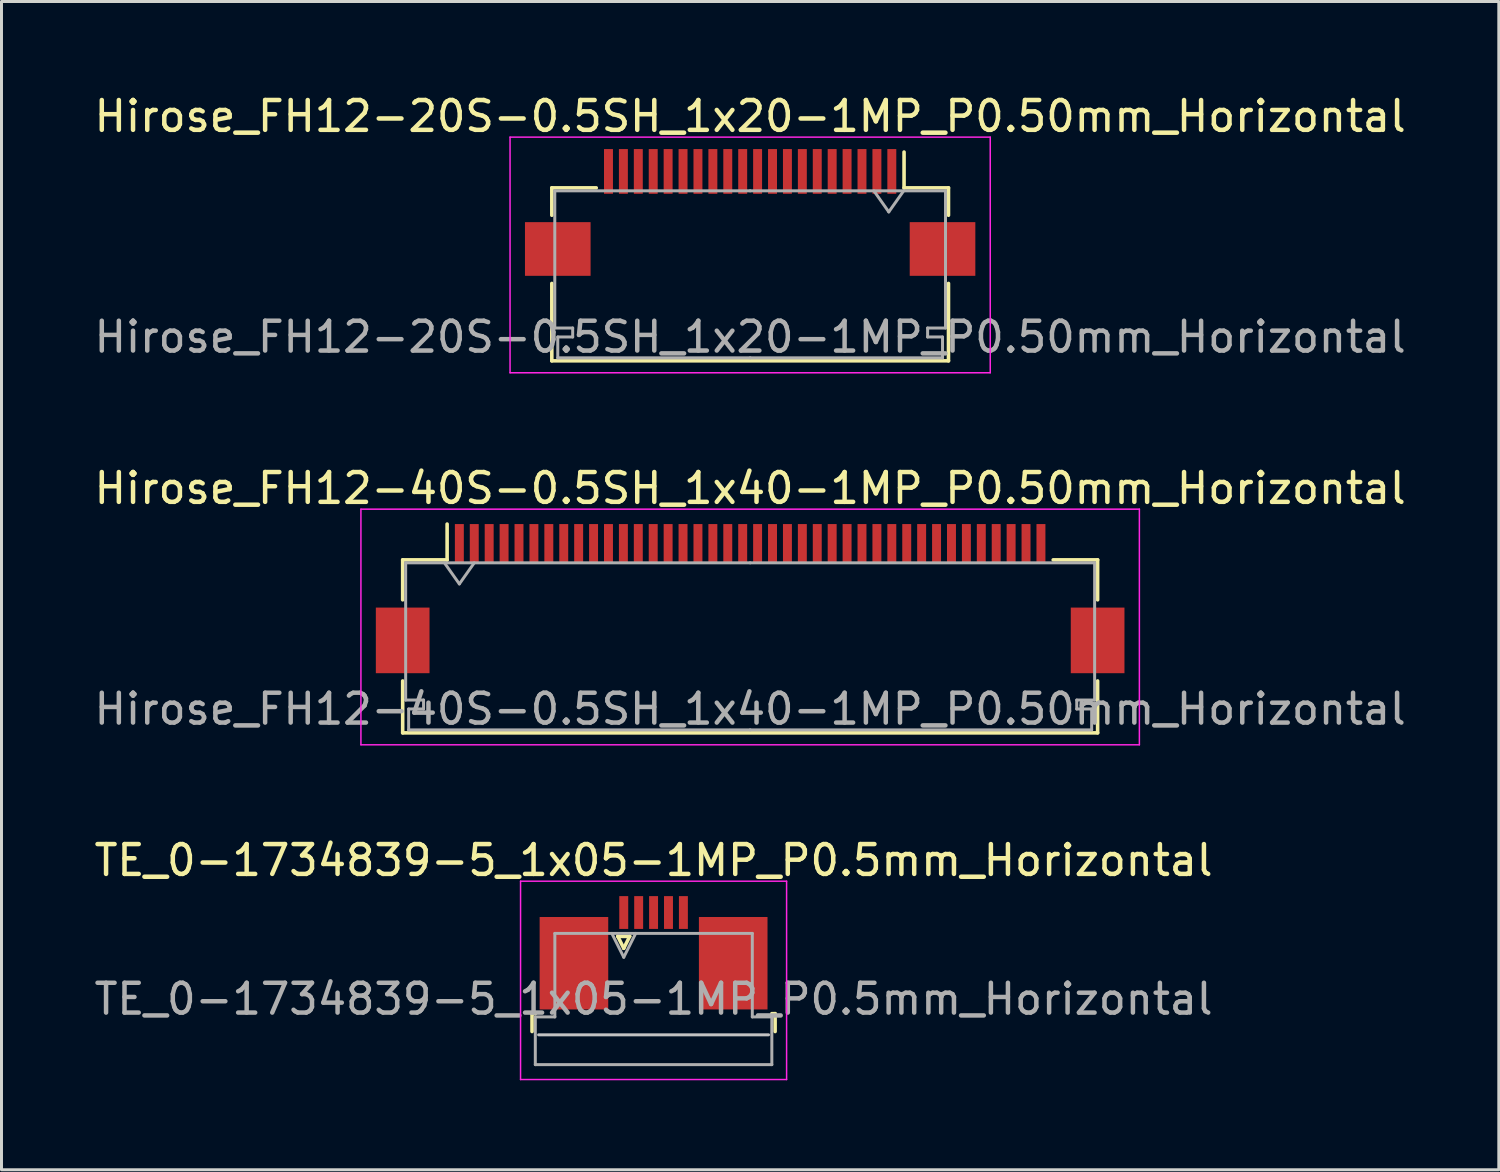
<source format=kicad_pcb>
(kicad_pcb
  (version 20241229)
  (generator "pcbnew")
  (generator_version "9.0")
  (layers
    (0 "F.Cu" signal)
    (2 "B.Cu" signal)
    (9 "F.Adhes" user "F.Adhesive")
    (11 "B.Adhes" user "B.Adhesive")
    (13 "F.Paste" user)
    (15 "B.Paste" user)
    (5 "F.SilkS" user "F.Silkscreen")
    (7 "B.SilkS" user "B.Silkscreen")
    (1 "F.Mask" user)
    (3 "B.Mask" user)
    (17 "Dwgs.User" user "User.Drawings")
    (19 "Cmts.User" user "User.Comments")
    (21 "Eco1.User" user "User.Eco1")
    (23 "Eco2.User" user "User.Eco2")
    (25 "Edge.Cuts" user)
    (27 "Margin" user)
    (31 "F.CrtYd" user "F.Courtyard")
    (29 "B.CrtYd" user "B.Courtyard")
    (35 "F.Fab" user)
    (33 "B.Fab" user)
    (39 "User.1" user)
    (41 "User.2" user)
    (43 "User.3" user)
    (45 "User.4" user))
  (footprint "Hirose_FH12-20S-0.5SH_1x20-1MP_P0.50mm_Horizontal"
    (layer "F.Cu")
    (at 22.101 4.548)
    (property "Reference" "Hirose_FH12-20S-0.5SH_1x20-1MP_P0.50mm_Horizontal" (at 0 -3.7 0) (layer "F.SilkS") (effects (font (size 1 1) (thickness 0.15))))
    (attr smd)
    (fp_line (start -6.65 -1.3) (end -6.65 -0.381) (stroke (width 0.12) (type solid)) (layer "F.SilkS"))
    (fp_line (start -6.65 1.905) (end -6.65 4.5) (stroke (width 0.12) (type solid)) (layer "F.SilkS"))
    (fp_line (start -6.65 4.5) (end 6.65 4.5) (stroke (width 0.12) (type solid)) (layer "F.SilkS"))
    (fp_line (start -5.16 -1.3) (end -6.65 -1.3) (stroke (width 0.12) (type solid)) (layer "F.SilkS"))
    (fp_line (start 5.16 -1.3) (end 5.16 -2.5) (stroke (width 0.12) (type solid)) (layer "F.SilkS"))
    (fp_line (start 5.16 -1.3) (end 6.65 -1.3) (stroke (width 0.12) (type solid)) (layer "F.SilkS"))
    (fp_line (start 6.65 -1.3) (end 6.65 -0.381) (stroke (width 0.12) (type solid)) (layer "F.SilkS"))
    (fp_line (start 6.65 4.5) (end 6.65 1.905) (stroke (width 0.12) (type solid)) (layer "F.SilkS"))
    (fp_line (start -8.05 -3) (end -8.05 4.9) (stroke (width 0.05) (type solid)) (layer "F.CrtYd"))
    (fp_line (start -8.05 4.9) (end 8.05 4.9) (stroke (width 0.05) (type solid)) (layer "F.CrtYd"))
    (fp_line (start 8.05 -3) (end -8.05 -3) (stroke (width 0.05) (type solid)) (layer "F.CrtYd"))
    (fp_line (start 8.05 4.9) (end 8.05 -3) (stroke (width 0.05) (type solid)) (layer "F.CrtYd"))
    (fp_line (start -6.55 -1.2) (end -6.55 3.4) (stroke (width 0.1) (type solid)) (layer "F.Fab"))
    (fp_line (start -6.55 3.4) (end -5.95 3.4) (stroke (width 0.1) (type solid)) (layer "F.Fab"))
    (fp_line (start -6.45 3.7) (end -6.45 4.4) (stroke (width 0.1) (type solid)) (layer "F.Fab"))
    (fp_line (start -6.45 4.4) (end 0 4.4) (stroke (width 0.1) (type solid)) (layer "F.Fab"))
    (fp_line (start -5.95 3.4) (end -5.95 3.7) (stroke (width 0.1) (type solid)) (layer "F.Fab"))
    (fp_line (start -5.95 3.7) (end -6.45 3.7) (stroke (width 0.1) (type solid)) (layer "F.Fab"))
    (fp_line (start 0 -1.2) (end -6.55 -1.2) (stroke (width 0.1) (type solid)) (layer "F.Fab"))
    (fp_line (start 0 -1.2) (end 6.55 -1.2) (stroke (width 0.1) (type solid)) (layer "F.Fab"))
    (fp_line (start 4.148 -1.2) (end 4.648 -0.493) (stroke (width 0.1) (type solid)) (layer "F.Fab"))
    (fp_line (start 4.648 -0.493) (end 5.148 -1.2) (stroke (width 0.1) (type solid)) (layer "F.Fab"))
    (fp_line (start 5.95 3.4) (end 5.95 3.7) (stroke (width 0.1) (type solid)) (layer "F.Fab"))
    (fp_line (start 5.95 3.7) (end 6.45 3.7) (stroke (width 0.1) (type solid)) (layer "F.Fab"))
    (fp_line (start 6.45 3.7) (end 6.45 4.4) (stroke (width 0.1) (type solid)) (layer "F.Fab"))
    (fp_line (start 6.45 4.4) (end 0 4.4) (stroke (width 0.1) (type solid)) (layer "F.Fab"))
    (fp_line (start 6.55 -1.2) (end 6.55 3.4) (stroke (width 0.1) (type solid)) (layer "F.Fab"))
    (fp_line (start 6.55 3.4) (end 5.95 3.4) (stroke (width 0.1) (type solid)) (layer "F.Fab"))
    (fp_text user "${REFERENCE}" (at 0 3.7 0) (layer "F.Fab") (effects (font (size 1 1) (thickness 0.15))))
    (pad "1" smd rect (at 4.75 -1.85) (size 0.3 1.5) (layers "F.Cu" "F.Mask" "F.Paste"))
    (pad "2" smd rect (at 4.25 -1.85) (size 0.3 1.5) (layers "F.Cu" "F.Mask" "F.Paste"))
    (pad "3" smd rect (at 3.75 -1.85) (size 0.3 1.5) (layers "F.Cu" "F.Mask" "F.Paste"))
    (pad "4" smd rect (at 3.25 -1.85) (size 0.3 1.5) (layers "F.Cu" "F.Mask" "F.Paste"))
    (pad "5" smd rect (at 2.75 -1.85) (size 0.3 1.5) (layers "F.Cu" "F.Mask" "F.Paste"))
    (pad "6" smd rect (at 2.25 -1.85) (size 0.3 1.5) (layers "F.Cu" "F.Mask" "F.Paste"))
    (pad "7" smd rect (at 1.75 -1.85) (size 0.3 1.5) (layers "F.Cu" "F.Mask" "F.Paste"))
    (pad "8" smd rect (at 1.25 -1.85) (size 0.3 1.5) (layers "F.Cu" "F.Mask" "F.Paste"))
    (pad "9" smd rect (at 0.75 -1.85) (size 0.3 1.5) (layers "F.Cu" "F.Mask" "F.Paste"))
    (pad "10" smd rect (at 0.25 -1.85) (size 0.3 1.5) (layers "F.Cu" "F.Mask" "F.Paste"))
    (pad "11" smd rect (at -0.25 -1.85) (size 0.3 1.5) (layers "F.Cu" "F.Mask" "F.Paste"))
    (pad "12" smd rect (at -0.75 -1.85) (size 0.3 1.5) (layers "F.Cu" "F.Mask" "F.Paste"))
    (pad "13" smd rect (at -1.25 -1.85) (size 0.3 1.5) (layers "F.Cu" "F.Mask" "F.Paste"))
    (pad "14" smd rect (at -1.75 -1.85) (size 0.3 1.5) (layers "F.Cu" "F.Mask" "F.Paste"))
    (pad "15" smd rect (at -2.25 -1.85) (size 0.3 1.5) (layers "F.Cu" "F.Mask" "F.Paste"))
    (pad "16" smd rect (at -2.75 -1.85) (size 0.3 1.5) (layers "F.Cu" "F.Mask" "F.Paste"))
    (pad "17" smd rect (at -3.25 -1.85) (size 0.3 1.5) (layers "F.Cu" "F.Mask" "F.Paste"))
    (pad "18" smd rect (at -3.75 -1.85) (size 0.3 1.5) (layers "F.Cu" "F.Mask" "F.Paste"))
    (pad "19" smd rect (at -4.25 -1.85) (size 0.3 1.5) (layers "F.Cu" "F.Mask" "F.Paste"))
    (pad "20" smd rect (at -4.75 -1.85) (size 0.3 1.5) (layers "F.Cu" "F.Mask" "F.Paste"))
    (pad "MP" smd rect (at -6.45 0.75 90) (size 1.8 2.2) (layers "F.Cu" "F.Mask" "F.Paste"))
    (pad "MP" smd rect (at 6.45 0.75 90) (size 1.8 2.2) (layers "F.Cu" "F.Mask" "F.Paste")))
  (footprint "TE_0-1734839-5_1x05-1MP_P0.5mm_Horizontal"
    (layer "F.Cu")
    (at 18.863 28.895)
    (property "Reference" "TE_0-1734839-5_1x05-1MP_P0.5mm_Horizontal" (at 0 -3.1 0) (layer "F.SilkS") (effects (font (size 1 1) (thickness 0.15))))
    (attr smd)
    (fp_line (start -4.075 2.04) (end -4.075 2.64) (stroke (width 0.12) (type solid)) (layer "F.SilkS"))
    (fp_line (start -3.965 2.04) (end -4.075 2.04) (stroke (width 0.12) (type solid)) (layer "F.SilkS"))
    (fp_line (start -1.2 -0.55) (end -1 -0.15) (stroke (width 0.12) (type solid)) (layer "F.SilkS"))
    (fp_line (start -1 -0.15) (end -0.8 -0.55) (stroke (width 0.12) (type solid)) (layer "F.SilkS"))
    (fp_line (start -0.8 -0.55) (end -1.2 -0.55) (stroke (width 0.12) (type solid)) (layer "F.SilkS"))
    (fp_line (start 3.965 2.04) (end 4.075 2.04) (stroke (width 0.12) (type solid)) (layer "F.SilkS"))
    (fp_line (start 4.075 2.04) (end 4.075 2.64) (stroke (width 0.12) (type solid)) (layer "F.SilkS"))
    (fp_line (start 3.855 2.75) (end -3.855 2.75) (stroke (width 0.1) (type solid)) (layer "Dwgs.User"))
    (fp_line (start -4.46 -2.4) (end -4.46 4.25) (stroke (width 0.05) (type solid)) (layer "F.CrtYd"))
    (fp_line (start -4.46 4.25) (end 4.46 4.25) (stroke (width 0.05) (type solid)) (layer "F.CrtYd"))
    (fp_line (start 4.46 -2.4) (end -4.46 -2.4) (stroke (width 0.05) (type solid)) (layer "F.CrtYd"))
    (fp_line (start 4.46 4.25) (end 4.46 -2.4) (stroke (width 0.05) (type solid)) (layer "F.CrtYd"))
    (fp_line (start -3.965 2.15) (end -3.31 2.15) (stroke (width 0.1) (type solid)) (layer "F.Fab"))
    (fp_line (start -3.965 3.75) (end -3.965 2.15) (stroke (width 0.1) (type solid)) (layer "F.Fab"))
    (fp_line (start -3.31 -0.65) (end 3.31 -0.65) (stroke (width 0.1) (type solid)) (layer "F.Fab"))
    (fp_line (start -3.31 2.15) (end -3.31 -0.65) (stroke (width 0.1) (type solid)) (layer "F.Fab"))
    (fp_line (start -1.4 -0.65) (end -1 0.15) (stroke (width 0.1) (type solid)) (layer "F.Fab"))
    (fp_line (start -1 0.15) (end -0.6 -0.65) (stroke (width 0.1) (type solid)) (layer "F.Fab"))
    (fp_line (start 3.31 -0.65) (end 3.31 2.15) (stroke (width 0.1) (type solid)) (layer "F.Fab"))
    (fp_line (start 3.31 2.15) (end 3.965 2.15) (stroke (width 0.1) (type solid)) (layer "F.Fab"))
    (fp_line (start 3.965 2.15) (end 3.965 3.75) (stroke (width 0.1) (type solid)) (layer "F.Fab"))
    (fp_line (start 3.965 3.75) (end -3.965 3.75) (stroke (width 0.1) (type solid)) (layer "F.Fab"))
    (fp_text user "${REFERENCE}" (at 0 1.55 0) (layer "F.Fab") (effects (font (size 1 1) (thickness 0.15))))
    (pad "1" smd rect (at -1 -1.35) (size 0.3 1.1) (layers "F.Cu" "F.Mask" "F.Paste"))
    (pad "2" smd rect (at -0.5 -1.35) (size 0.3 1.1) (layers "F.Cu" "F.Mask" "F.Paste"))
    (pad "3" smd rect (at 0 -1.35) (size 0.3 1.1) (layers "F.Cu" "F.Mask" "F.Paste"))
    (pad "4" smd rect (at 0.5 -1.35) (size 0.3 1.1) (layers "F.Cu" "F.Mask" "F.Paste"))
    (pad "5" smd rect (at 1 -1.35) (size 0.3 1.1) (layers "F.Cu" "F.Mask" "F.Paste"))
    (pad "MP" smd rect (at -2.67 0.35) (size 2.3 3.1) (layers "F.Cu" "F.Mask" "F.Paste"))
    (pad "MP" smd rect (at 2.67 0.35) (size 2.3 3.1) (layers "F.Cu" "F.Mask" "F.Paste")))
  (footprint "Hirose_FH12-40S-0.5SH_1x40-1MP_P0.50mm_Horizontal"
    (layer "F.Cu")
    (at 22.101 17.021)
    (property "Reference" "Hirose_FH12-40S-0.5SH_1x40-1MP_P0.50mm_Horizontal" (at 0 -3.7 0) (layer "F.SilkS") (effects (font (size 1 1) (thickness 0.15))))
    (attr smd)
    (fp_line (start -11.65 -1.3) (end -11.65 0.04) (stroke (width 0.12) (type solid)) (layer "F.SilkS"))
    (fp_line (start -11.65 2.76) (end -11.65 4.5) (stroke (width 0.12) (type solid)) (layer "F.SilkS"))
    (fp_line (start -11.65 4.5) (end 11.65 4.5) (stroke (width 0.12) (type solid)) (layer "F.SilkS"))
    (fp_line (start -10.16 -1.3) (end -11.65 -1.3) (stroke (width 0.12) (type solid)) (layer "F.SilkS"))
    (fp_line (start -10.16 -1.3) (end -10.16 -2.5) (stroke (width 0.12) (type solid)) (layer "F.SilkS"))
    (fp_line (start 10.16 -1.3) (end 11.65 -1.3) (stroke (width 0.12) (type solid)) (layer "F.SilkS"))
    (fp_line (start 11.65 -1.3) (end 11.65 0.04) (stroke (width 0.12) (type solid)) (layer "F.SilkS"))
    (fp_line (start 11.65 4.5) (end 11.65 2.76) (stroke (width 0.12) (type solid)) (layer "F.SilkS"))
    (fp_line (start -13.05 -3) (end -13.05 4.9) (stroke (width 0.05) (type solid)) (layer "F.CrtYd"))
    (fp_line (start -13.05 4.9) (end 13.05 4.9) (stroke (width 0.05) (type solid)) (layer "F.CrtYd"))
    (fp_line (start 13.05 -3) (end -13.05 -3) (stroke (width 0.05) (type solid)) (layer "F.CrtYd"))
    (fp_line (start 13.05 4.9) (end 13.05 -3) (stroke (width 0.05) (type solid)) (layer "F.CrtYd"))
    (fp_line (start -11.55 -1.2) (end -11.55 3.4) (stroke (width 0.1) (type solid)) (layer "F.Fab"))
    (fp_line (start -11.55 3.4) (end -10.95 3.4) (stroke (width 0.1) (type solid)) (layer "F.Fab"))
    (fp_line (start -11.45 3.7) (end -11.45 4.4) (stroke (width 0.1) (type solid)) (layer "F.Fab"))
    (fp_line (start -11.45 4.4) (end 0 4.4) (stroke (width 0.1) (type solid)) (layer "F.Fab"))
    (fp_line (start -10.95 3.4) (end -10.95 3.7) (stroke (width 0.1) (type solid)) (layer "F.Fab"))
    (fp_line (start -10.95 3.7) (end -11.45 3.7) (stroke (width 0.1) (type solid)) (layer "F.Fab"))
    (fp_line (start -10.25 -1.2) (end -9.75 -0.493) (stroke (width 0.1) (type solid)) (layer "F.Fab"))
    (fp_line (start -9.75 -0.493) (end -9.25 -1.2) (stroke (width 0.1) (type solid)) (layer "F.Fab"))
    (fp_line (start 0 -1.2) (end -11.55 -1.2) (stroke (width 0.1) (type solid)) (layer "F.Fab"))
    (fp_line (start 0 -1.2) (end 11.55 -1.2) (stroke (width 0.1) (type solid)) (layer "F.Fab"))
    (fp_line (start 10.95 3.4) (end 10.95 3.7) (stroke (width 0.1) (type solid)) (layer "F.Fab"))
    (fp_line (start 10.95 3.7) (end 11.45 3.7) (stroke (width 0.1) (type solid)) (layer "F.Fab"))
    (fp_line (start 11.45 3.7) (end 11.45 4.4) (stroke (width 0.1) (type solid)) (layer "F.Fab"))
    (fp_line (start 11.45 4.4) (end 0 4.4) (stroke (width 0.1) (type solid)) (layer "F.Fab"))
    (fp_line (start 11.55 -1.2) (end 11.55 3.4) (stroke (width 0.1) (type solid)) (layer "F.Fab"))
    (fp_line (start 11.55 3.4) (end 10.95 3.4) (stroke (width 0.1) (type solid)) (layer "F.Fab"))
    (fp_text user "${REFERENCE}" (at 0 3.7 0) (layer "F.Fab") (effects (font (size 1 1) (thickness 0.15))))
    (pad "1" smd rect (at -9.75 -1.85) (size 0.3 1.3) (layers "F.Cu" "F.Mask" "F.Paste"))
    (pad "2" smd rect (at -9.25 -1.85) (size 0.3 1.3) (layers "F.Cu" "F.Mask" "F.Paste"))
    (pad "3" smd rect (at -8.75 -1.85) (size 0.3 1.3) (layers "F.Cu" "F.Mask" "F.Paste"))
    (pad "4" smd rect (at -8.25 -1.85) (size 0.3 1.3) (layers "F.Cu" "F.Mask" "F.Paste"))
    (pad "5" smd rect (at -7.75 -1.85) (size 0.3 1.3) (layers "F.Cu" "F.Mask" "F.Paste"))
    (pad "6" smd rect (at -7.25 -1.85) (size 0.3 1.3) (layers "F.Cu" "F.Mask" "F.Paste"))
    (pad "7" smd rect (at -6.75 -1.85) (size 0.3 1.3) (layers "F.Cu" "F.Mask" "F.Paste"))
    (pad "8" smd rect (at -6.25 -1.85) (size 0.3 1.3) (layers "F.Cu" "F.Mask" "F.Paste"))
    (pad "9" smd rect (at -5.75 -1.85) (size 0.3 1.3) (layers "F.Cu" "F.Mask" "F.Paste"))
    (pad "10" smd rect (at -5.25 -1.85) (size 0.3 1.3) (layers "F.Cu" "F.Mask" "F.Paste"))
    (pad "11" smd rect (at -4.75 -1.85) (size 0.3 1.3) (layers "F.Cu" "F.Mask" "F.Paste"))
    (pad "12" smd rect (at -4.25 -1.85) (size 0.3 1.3) (layers "F.Cu" "F.Mask" "F.Paste"))
    (pad "13" smd rect (at -3.75 -1.85) (size 0.3 1.3) (layers "F.Cu" "F.Mask" "F.Paste"))
    (pad "14" smd rect (at -3.25 -1.85) (size 0.3 1.3) (layers "F.Cu" "F.Mask" "F.Paste"))
    (pad "15" smd rect (at -2.75 -1.85) (size 0.3 1.3) (layers "F.Cu" "F.Mask" "F.Paste"))
    (pad "16" smd rect (at -2.25 -1.85) (size 0.3 1.3) (layers "F.Cu" "F.Mask" "F.Paste"))
    (pad "17" smd rect (at -1.75 -1.85) (size 0.3 1.3) (layers "F.Cu" "F.Mask" "F.Paste"))
    (pad "18" smd rect (at -1.25 -1.85) (size 0.3 1.3) (layers "F.Cu" "F.Mask" "F.Paste"))
    (pad "19" smd rect (at -0.75 -1.85) (size 0.3 1.3) (layers "F.Cu" "F.Mask" "F.Paste"))
    (pad "20" smd rect (at -0.25 -1.85) (size 0.3 1.3) (layers "F.Cu" "F.Mask" "F.Paste"))
    (pad "21" smd rect (at 0.25 -1.85) (size 0.3 1.3) (layers "F.Cu" "F.Mask" "F.Paste"))
    (pad "22" smd rect (at 0.75 -1.85) (size 0.3 1.3) (layers "F.Cu" "F.Mask" "F.Paste"))
    (pad "23" smd rect (at 1.25 -1.85) (size 0.3 1.3) (layers "F.Cu" "F.Mask" "F.Paste"))
    (pad "24" smd rect (at 1.75 -1.85) (size 0.3 1.3) (layers "F.Cu" "F.Mask" "F.Paste"))
    (pad "25" smd rect (at 2.25 -1.85) (size 0.3 1.3) (layers "F.Cu" "F.Mask" "F.Paste"))
    (pad "26" smd rect (at 2.75 -1.85) (size 0.3 1.3) (layers "F.Cu" "F.Mask" "F.Paste"))
    (pad "27" smd rect (at 3.25 -1.85) (size 0.3 1.3) (layers "F.Cu" "F.Mask" "F.Paste"))
    (pad "28" smd rect (at 3.75 -1.85) (size 0.3 1.3) (layers "F.Cu" "F.Mask" "F.Paste"))
    (pad "29" smd rect (at 4.25 -1.85) (size 0.3 1.3) (layers "F.Cu" "F.Mask" "F.Paste"))
    (pad "30" smd rect (at 4.75 -1.85) (size 0.3 1.3) (layers "F.Cu" "F.Mask" "F.Paste"))
    (pad "31" smd rect (at 5.25 -1.85) (size 0.3 1.3) (layers "F.Cu" "F.Mask" "F.Paste"))
    (pad "32" smd rect (at 5.75 -1.85) (size 0.3 1.3) (layers "F.Cu" "F.Mask" "F.Paste"))
    (pad "33" smd rect (at 6.25 -1.85) (size 0.3 1.3) (layers "F.Cu" "F.Mask" "F.Paste"))
    (pad "34" smd rect (at 6.75 -1.85) (size 0.3 1.3) (layers "F.Cu" "F.Mask" "F.Paste"))
    (pad "35" smd rect (at 7.25 -1.85) (size 0.3 1.3) (layers "F.Cu" "F.Mask" "F.Paste"))
    (pad "36" smd rect (at 7.75 -1.85) (size 0.3 1.3) (layers "F.Cu" "F.Mask" "F.Paste"))
    (pad "37" smd rect (at 8.25 -1.85) (size 0.3 1.3) (layers "F.Cu" "F.Mask" "F.Paste"))
    (pad "38" smd rect (at 8.75 -1.85) (size 0.3 1.3) (layers "F.Cu" "F.Mask" "F.Paste"))
    (pad "39" smd rect (at 9.25 -1.85) (size 0.3 1.3) (layers "F.Cu" "F.Mask" "F.Paste"))
    (pad "40" smd rect (at 9.75 -1.85) (size 0.3 1.3) (layers "F.Cu" "F.Mask" "F.Paste"))
    (pad "MP" smd rect (at -11.65 1.4) (size 1.8 2.2) (layers "F.Cu" "F.Mask" "F.Paste"))
    (pad "MP" smd rect (at 11.65 1.4) (size 1.8 2.2) (layers "F.Cu" "F.Mask" "F.Paste")))
  (gr_rect
    (start -3 -3)
    (end 47.202 36.17)
    (stroke (width 0.1) (type default))
    (fill no)
    (layer "Edge.Cuts")))
</source>
